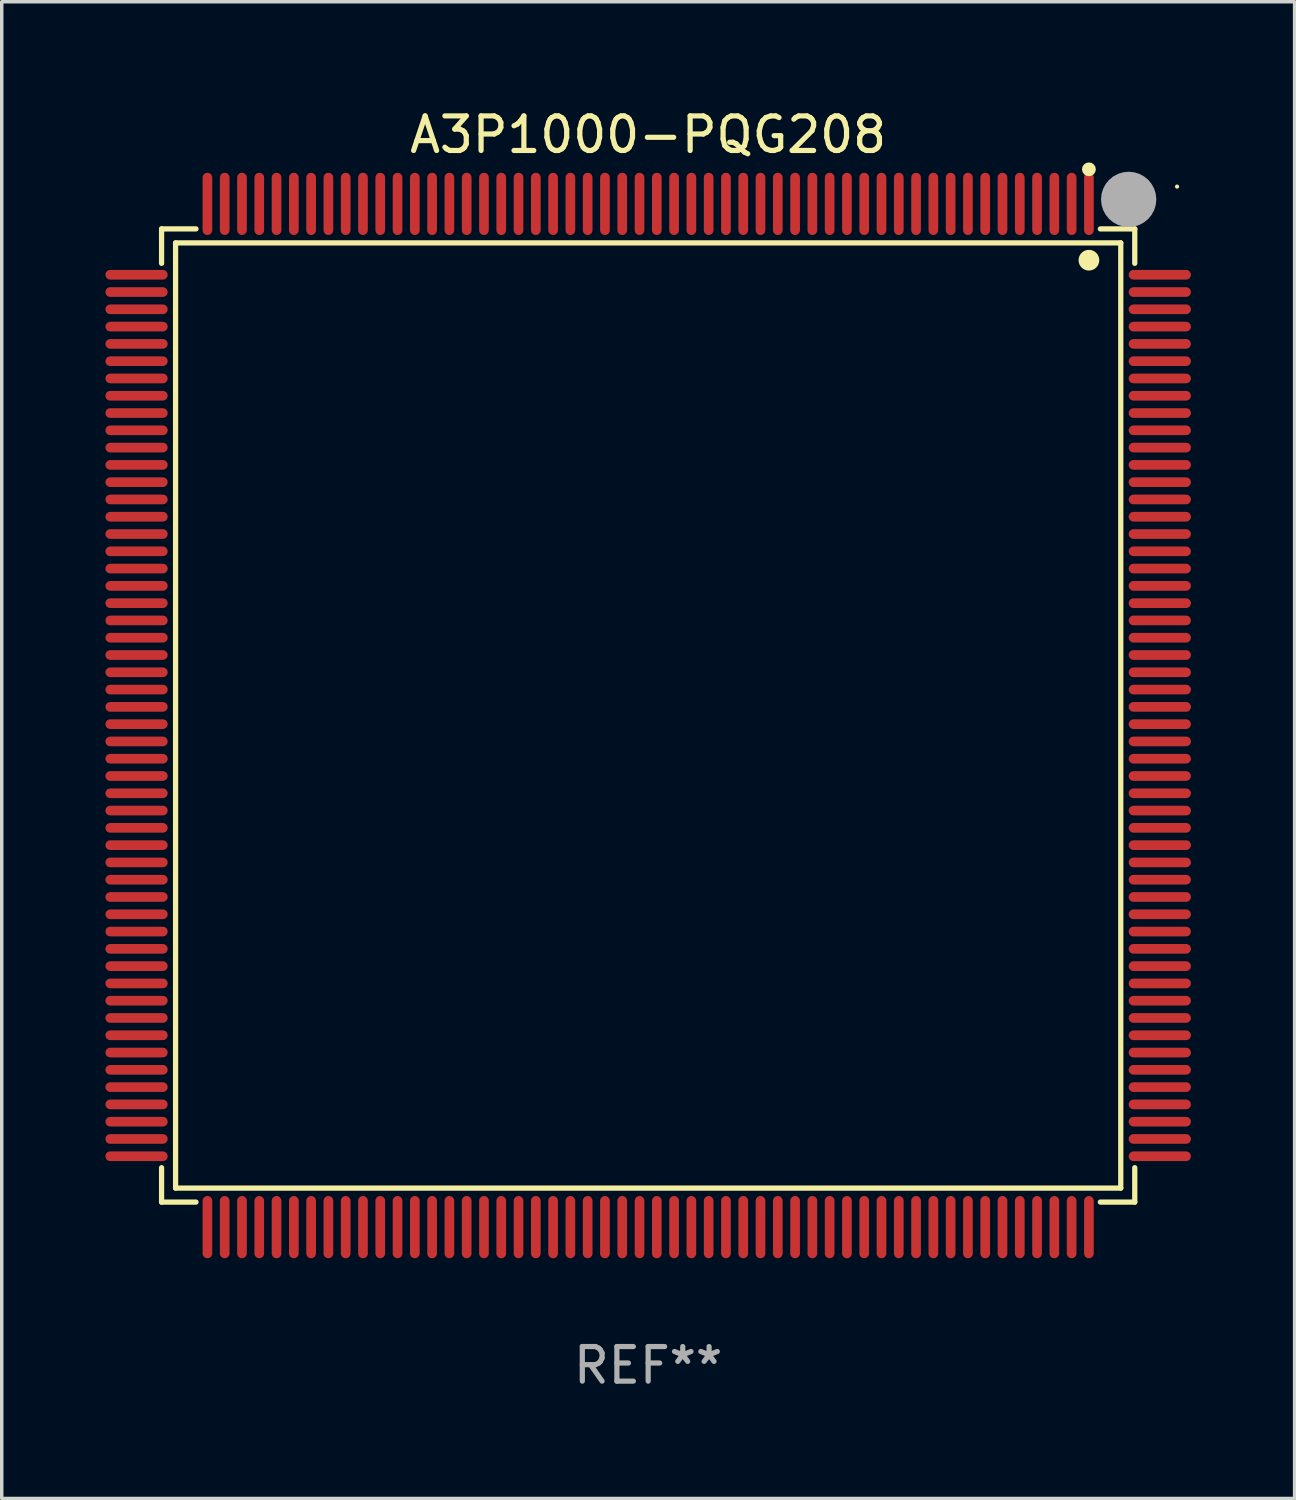
<source format=kicad_pcb>
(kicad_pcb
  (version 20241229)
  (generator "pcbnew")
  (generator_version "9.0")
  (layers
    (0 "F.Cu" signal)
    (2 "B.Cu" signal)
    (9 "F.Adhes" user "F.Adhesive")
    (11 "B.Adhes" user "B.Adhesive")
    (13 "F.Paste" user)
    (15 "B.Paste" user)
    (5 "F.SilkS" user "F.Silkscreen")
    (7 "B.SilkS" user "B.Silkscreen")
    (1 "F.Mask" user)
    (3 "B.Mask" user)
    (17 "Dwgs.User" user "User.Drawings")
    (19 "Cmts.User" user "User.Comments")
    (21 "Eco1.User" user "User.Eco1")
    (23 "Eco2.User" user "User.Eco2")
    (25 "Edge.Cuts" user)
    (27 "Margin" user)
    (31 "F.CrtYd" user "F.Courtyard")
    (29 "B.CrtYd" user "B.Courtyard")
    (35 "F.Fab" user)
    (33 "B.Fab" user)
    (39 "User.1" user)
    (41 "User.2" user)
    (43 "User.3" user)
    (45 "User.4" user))
  (footprint "A3P1000-PQG208"
    (layer "F.Cu")
    (at 15.7 17.648)
    (property "Reference" "A3P1000-PQG208" (at 0 -16.8 0) (layer "F.SilkS") (effects (font (size 1 1) (thickness 0.15))))
    (attr through_hole)
    (fp_line (start -14.076 -14.076) (end -13.08 -14.076) (stroke (width 0.152) (type solid)) (layer "F.SilkS"))
    (fp_line (start -14.076 -13.08) (end -14.076 -14.076) (stroke (width 0.152) (type solid)) (layer "F.SilkS"))
    (fp_line (start -14.076 13.081) (end -14.076 14.076) (stroke (width 0.152) (type solid)) (layer "F.SilkS"))
    (fp_line (start -14.076 14.076) (end -13.08 14.076) (stroke (width 0.152) (type solid)) (layer "F.SilkS"))
    (fp_line (start -13.671 -13.671) (end 13.671 -13.671) (stroke (width 0.152) (type solid)) (layer "F.SilkS"))
    (fp_line (start -13.671 13.671) (end -13.671 -13.671) (stroke (width 0.152) (type solid)) (layer "F.SilkS"))
    (fp_line (start 13.671 -13.671) (end 13.671 13.671) (stroke (width 0.152) (type solid)) (layer "F.SilkS"))
    (fp_line (start 13.671 13.671) (end -13.671 13.671) (stroke (width 0.152) (type solid)) (layer "F.SilkS"))
    (fp_line (start 14.076 -14.076) (end 13.081 -14.076) (stroke (width 0.152) (type solid)) (layer "F.SilkS"))
    (fp_line (start 14.076 -13.08) (end 14.076 -14.076) (stroke (width 0.152) (type solid)) (layer "F.SilkS"))
    (fp_line (start 14.076 13.081) (end 14.076 14.076) (stroke (width 0.152) (type solid)) (layer "F.SilkS"))
    (fp_line (start 14.076 14.076) (end 13.081 14.076) (stroke (width 0.152) (type solid)) (layer "F.SilkS"))
    (fp_circle (center 12.75 -15.8) (end 12.85 -15.8) (stroke (width 0.2) (type solid)) (fill no) (layer "F.SilkS"))
    (fp_circle (center 12.75 -13.171) (end 12.9 -13.171) (stroke (width 0.3) (type solid)) (fill no) (layer "F.SilkS"))
    (fp_circle (center 15.3 -15.3) (end 15.33 -15.3) (stroke (width 0.06) (type solid)) (fill no) (layer "F.SilkS"))
    (fp_circle (center 13.9 -14.93) (end 14.3 -14.93) (stroke (width 0.8) (type solid)) (fill no) (layer "F.Fab"))
    (fp_text user "REF**" (at 0 18.8 0) (layer "F.Fab") (effects (font (size 1 1) (thickness 0.15))))
    (pad "1" smd oval (at 12.75 -14.8) (size 0.28 1.8) (layers "F.Cu" "F.Mask" "F.Paste"))
    (pad "2" smd oval (at 12.25 -14.8) (size 0.28 1.8) (layers "F.Cu" "F.Mask" "F.Paste"))
    (pad "3" smd oval (at 11.75 -14.8) (size 0.28 1.8) (layers "F.Cu" "F.Mask" "F.Paste"))
    (pad "4" smd oval (at 11.25 -14.8) (size 0.28 1.8) (layers "F.Cu" "F.Mask" "F.Paste"))
    (pad "5" smd oval (at 10.75 -14.8) (size 0.28 1.8) (layers "F.Cu" "F.Mask" "F.Paste"))
    (pad "6" smd oval (at 10.25 -14.8) (size 0.28 1.8) (layers "F.Cu" "F.Mask" "F.Paste"))
    (pad "7" smd oval (at 9.75 -14.8) (size 0.28 1.8) (layers "F.Cu" "F.Mask" "F.Paste"))
    (pad "8" smd oval (at 9.25 -14.8) (size 0.28 1.8) (layers "F.Cu" "F.Mask" "F.Paste"))
    (pad "9" smd oval (at 8.75 -14.8) (size 0.28 1.8) (layers "F.Cu" "F.Mask" "F.Paste"))
    (pad "10" smd oval (at 8.25 -14.8) (size 0.28 1.8) (layers "F.Cu" "F.Mask" "F.Paste"))
    (pad "11" smd oval (at 7.75 -14.8) (size 0.28 1.8) (layers "F.Cu" "F.Mask" "F.Paste"))
    (pad "12" smd oval (at 7.25 -14.8) (size 0.28 1.8) (layers "F.Cu" "F.Mask" "F.Paste"))
    (pad "13" smd oval (at 6.75 -14.8) (size 0.28 1.8) (layers "F.Cu" "F.Mask" "F.Paste"))
    (pad "14" smd oval (at 6.25 -14.8) (size 0.28 1.8) (layers "F.Cu" "F.Mask" "F.Paste"))
    (pad "15" smd oval (at 5.75 -14.8) (size 0.28 1.8) (layers "F.Cu" "F.Mask" "F.Paste"))
    (pad "16" smd oval (at 5.25 -14.8) (size 0.28 1.8) (layers "F.Cu" "F.Mask" "F.Paste"))
    (pad "17" smd oval (at 4.75 -14.8) (size 0.28 1.8) (layers "F.Cu" "F.Mask" "F.Paste"))
    (pad "18" smd oval (at 4.25 -14.8) (size 0.28 1.8) (layers "F.Cu" "F.Mask" "F.Paste"))
    (pad "19" smd oval (at 3.75 -14.8) (size 0.28 1.8) (layers "F.Cu" "F.Mask" "F.Paste"))
    (pad "20" smd oval (at 3.25 -14.8) (size 0.28 1.8) (layers "F.Cu" "F.Mask" "F.Paste"))
    (pad "21" smd oval (at 2.75 -14.8) (size 0.28 1.8) (layers "F.Cu" "F.Mask" "F.Paste"))
    (pad "22" smd oval (at 2.25 -14.8) (size 0.28 1.8) (layers "F.Cu" "F.Mask" "F.Paste"))
    (pad "23" smd oval (at 1.75 -14.8) (size 0.28 1.8) (layers "F.Cu" "F.Mask" "F.Paste"))
    (pad "24" smd oval (at 1.25 -14.8) (size 0.28 1.8) (layers "F.Cu" "F.Mask" "F.Paste"))
    (pad "25" smd oval (at 0.75 -14.8) (size 0.28 1.8) (layers "F.Cu" "F.Mask" "F.Paste"))
    (pad "26" smd oval (at 0.25 -14.8) (size 0.28 1.8) (layers "F.Cu" "F.Mask" "F.Paste"))
    (pad "27" smd oval (at -0.25 -14.8) (size 0.28 1.8) (layers "F.Cu" "F.Mask" "F.Paste"))
    (pad "28" smd oval (at -0.75 -14.8) (size 0.28 1.8) (layers "F.Cu" "F.Mask" "F.Paste"))
    (pad "29" smd oval (at -1.25 -14.8) (size 0.28 1.8) (layers "F.Cu" "F.Mask" "F.Paste"))
    (pad "30" smd oval (at -1.75 -14.8) (size 0.28 1.8) (layers "F.Cu" "F.Mask" "F.Paste"))
    (pad "31" smd oval (at -2.25 -14.8) (size 0.28 1.8) (layers "F.Cu" "F.Mask" "F.Paste"))
    (pad "32" smd oval (at -2.75 -14.8) (size 0.28 1.8) (layers "F.Cu" "F.Mask" "F.Paste"))
    (pad "33" smd oval (at -3.25 -14.8) (size 0.28 1.8) (layers "F.Cu" "F.Mask" "F.Paste"))
    (pad "34" smd oval (at -3.75 -14.8) (size 0.28 1.8) (layers "F.Cu" "F.Mask" "F.Paste"))
    (pad "35" smd oval (at -4.25 -14.8) (size 0.28 1.8) (layers "F.Cu" "F.Mask" "F.Paste"))
    (pad "36" smd oval (at -4.75 -14.8) (size 0.28 1.8) (layers "F.Cu" "F.Mask" "F.Paste"))
    (pad "37" smd oval (at -5.25 -14.8) (size 0.28 1.8) (layers "F.Cu" "F.Mask" "F.Paste"))
    (pad "38" smd oval (at -5.75 -14.8) (size 0.28 1.8) (layers "F.Cu" "F.Mask" "F.Paste"))
    (pad "39" smd oval (at -6.25 -14.8) (size 0.28 1.8) (layers "F.Cu" "F.Mask" "F.Paste"))
    (pad "40" smd oval (at -6.75 -14.8) (size 0.28 1.8) (layers "F.Cu" "F.Mask" "F.Paste"))
    (pad "41" smd oval (at -7.25 -14.8) (size 0.28 1.8) (layers "F.Cu" "F.Mask" "F.Paste"))
    (pad "42" smd oval (at -7.75 -14.8) (size 0.28 1.8) (layers "F.Cu" "F.Mask" "F.Paste"))
    (pad "43" smd oval (at -8.25 -14.8) (size 0.28 1.8) (layers "F.Cu" "F.Mask" "F.Paste"))
    (pad "44" smd oval (at -8.75 -14.8) (size 0.28 1.8) (layers "F.Cu" "F.Mask" "F.Paste"))
    (pad "45" smd oval (at -9.25 -14.8) (size 0.28 1.8) (layers "F.Cu" "F.Mask" "F.Paste"))
    (pad "46" smd oval (at -9.75 -14.8) (size 0.28 1.8) (layers "F.Cu" "F.Mask" "F.Paste"))
    (pad "47" smd oval (at -10.25 -14.8) (size 0.28 1.8) (layers "F.Cu" "F.Mask" "F.Paste"))
    (pad "48" smd oval (at -10.75 -14.8) (size 0.28 1.8) (layers "F.Cu" "F.Mask" "F.Paste"))
    (pad "49" smd oval (at -11.25 -14.8) (size 0.28 1.8) (layers "F.Cu" "F.Mask" "F.Paste"))
    (pad "50" smd oval (at -11.75 -14.8) (size 0.28 1.8) (layers "F.Cu" "F.Mask" "F.Paste"))
    (pad "51" smd oval (at -12.25 -14.8) (size 0.28 1.8) (layers "F.Cu" "F.Mask" "F.Paste"))
    (pad "52" smd oval (at -12.75 -14.8) (size 0.28 1.8) (layers "F.Cu" "F.Mask" "F.Paste"))
    (pad "53" smd oval (at -14.8 -12.75) (size 1.8 0.28) (layers "F.Cu" "F.Mask" "F.Paste"))
    (pad "54" smd oval (at -14.8 -12.25) (size 1.8 0.28) (layers "F.Cu" "F.Mask" "F.Paste"))
    (pad "55" smd oval (at -14.8 -11.75) (size 1.8 0.28) (layers "F.Cu" "F.Mask" "F.Paste"))
    (pad "56" smd oval (at -14.8 -11.25) (size 1.8 0.28) (layers "F.Cu" "F.Mask" "F.Paste"))
    (pad "57" smd oval (at -14.8 -10.75) (size 1.8 0.28) (layers "F.Cu" "F.Mask" "F.Paste"))
    (pad "58" smd oval (at -14.8 -10.25) (size 1.8 0.28) (layers "F.Cu" "F.Mask" "F.Paste"))
    (pad "59" smd oval (at -14.8 -9.75) (size 1.8 0.28) (layers "F.Cu" "F.Mask" "F.Paste"))
    (pad "60" smd oval (at -14.8 -9.25) (size 1.8 0.28) (layers "F.Cu" "F.Mask" "F.Paste"))
    (pad "61" smd oval (at -14.8 -8.75) (size 1.8 0.28) (layers "F.Cu" "F.Mask" "F.Paste"))
    (pad "62" smd oval (at -14.8 -8.25) (size 1.8 0.28) (layers "F.Cu" "F.Mask" "F.Paste"))
    (pad "63" smd oval (at -14.8 -7.75) (size 1.8 0.28) (layers "F.Cu" "F.Mask" "F.Paste"))
    (pad "64" smd oval (at -14.8 -7.25) (size 1.8 0.28) (layers "F.Cu" "F.Mask" "F.Paste"))
    (pad "65" smd oval (at -14.8 -6.75) (size 1.8 0.28) (layers "F.Cu" "F.Mask" "F.Paste"))
    (pad "66" smd oval (at -14.8 -6.25) (size 1.8 0.28) (layers "F.Cu" "F.Mask" "F.Paste"))
    (pad "67" smd oval (at -14.8 -5.75) (size 1.8 0.28) (layers "F.Cu" "F.Mask" "F.Paste"))
    (pad "68" smd oval (at -14.8 -5.25) (size 1.8 0.28) (layers "F.Cu" "F.Mask" "F.Paste"))
    (pad "69" smd oval (at -14.8 -4.75) (size 1.8 0.28) (layers "F.Cu" "F.Mask" "F.Paste"))
    (pad "70" smd oval (at -14.8 -4.25) (size 1.8 0.28) (layers "F.Cu" "F.Mask" "F.Paste"))
    (pad "71" smd oval (at -14.8 -3.75) (size 1.8 0.28) (layers "F.Cu" "F.Mask" "F.Paste"))
    (pad "72" smd oval (at -14.8 -3.25) (size 1.8 0.28) (layers "F.Cu" "F.Mask" "F.Paste"))
    (pad "73" smd oval (at -14.8 -2.75) (size 1.8 0.28) (layers "F.Cu" "F.Mask" "F.Paste"))
    (pad "74" smd oval (at -14.8 -2.25) (size 1.8 0.28) (layers "F.Cu" "F.Mask" "F.Paste"))
    (pad "75" smd oval (at -14.8 -1.75) (size 1.8 0.28) (layers "F.Cu" "F.Mask" "F.Paste"))
    (pad "76" smd oval (at -14.8 -1.25) (size 1.8 0.28) (layers "F.Cu" "F.Mask" "F.Paste"))
    (pad "77" smd oval (at -14.8 -0.75) (size 1.8 0.28) (layers "F.Cu" "F.Mask" "F.Paste"))
    (pad "78" smd oval (at -14.8 -0.25) (size 1.8 0.28) (layers "F.Cu" "F.Mask" "F.Paste"))
    (pad "79" smd oval (at -14.8 0.25) (size 1.8 0.28) (layers "F.Cu" "F.Mask" "F.Paste"))
    (pad "80" smd oval (at -14.8 0.75) (size 1.8 0.28) (layers "F.Cu" "F.Mask" "F.Paste"))
    (pad "81" smd oval (at -14.8 1.25) (size 1.8 0.28) (layers "F.Cu" "F.Mask" "F.Paste"))
    (pad "82" smd oval (at -14.8 1.75) (size 1.8 0.28) (layers "F.Cu" "F.Mask" "F.Paste"))
    (pad "83" smd oval (at -14.8 2.25) (size 1.8 0.28) (layers "F.Cu" "F.Mask" "F.Paste"))
    (pad "84" smd oval (at -14.8 2.75) (size 1.8 0.28) (layers "F.Cu" "F.Mask" "F.Paste"))
    (pad "85" smd oval (at -14.8 3.25) (size 1.8 0.28) (layers "F.Cu" "F.Mask" "F.Paste"))
    (pad "86" smd oval (at -14.8 3.75) (size 1.8 0.28) (layers "F.Cu" "F.Mask" "F.Paste"))
    (pad "87" smd oval (at -14.8 4.25) (size 1.8 0.28) (layers "F.Cu" "F.Mask" "F.Paste"))
    (pad "88" smd oval (at -14.8 4.75) (size 1.8 0.28) (layers "F.Cu" "F.Mask" "F.Paste"))
    (pad "89" smd oval (at -14.8 5.25) (size 1.8 0.28) (layers "F.Cu" "F.Mask" "F.Paste"))
    (pad "90" smd oval (at -14.8 5.75) (size 1.8 0.28) (layers "F.Cu" "F.Mask" "F.Paste"))
    (pad "91" smd oval (at -14.8 6.25) (size 1.8 0.28) (layers "F.Cu" "F.Mask" "F.Paste"))
    (pad "92" smd oval (at -14.8 6.75) (size 1.8 0.28) (layers "F.Cu" "F.Mask" "F.Paste"))
    (pad "93" smd oval (at -14.8 7.25) (size 1.8 0.28) (layers "F.Cu" "F.Mask" "F.Paste"))
    (pad "94" smd oval (at -14.8 7.75) (size 1.8 0.28) (layers "F.Cu" "F.Mask" "F.Paste"))
    (pad "95" smd oval (at -14.8 8.25) (size 1.8 0.28) (layers "F.Cu" "F.Mask" "F.Paste"))
    (pad "96" smd oval (at -14.8 8.75) (size 1.8 0.28) (layers "F.Cu" "F.Mask" "F.Paste"))
    (pad "97" smd oval (at -14.8 9.25) (size 1.8 0.28) (layers "F.Cu" "F.Mask" "F.Paste"))
    (pad "98" smd oval (at -14.8 9.75) (size 1.8 0.28) (layers "F.Cu" "F.Mask" "F.Paste"))
    (pad "99" smd oval (at -14.8 10.25) (size 1.8 0.28) (layers "F.Cu" "F.Mask" "F.Paste"))
    (pad "100" smd oval (at -14.8 10.75) (size 1.8 0.28) (layers "F.Cu" "F.Mask" "F.Paste"))
    (pad "101" smd oval (at -14.8 11.25) (size 1.8 0.28) (layers "F.Cu" "F.Mask" "F.Paste"))
    (pad "102" smd oval (at -14.8 11.75) (size 1.8 0.28) (layers "F.Cu" "F.Mask" "F.Paste"))
    (pad "103" smd oval (at -14.8 12.25) (size 1.8 0.28) (layers "F.Cu" "F.Mask" "F.Paste"))
    (pad "104" smd oval (at -14.8 12.75) (size 1.8 0.28) (layers "F.Cu" "F.Mask" "F.Paste"))
    (pad "105" smd oval (at -12.75 14.8) (size 0.28 1.8) (layers "F.Cu" "F.Mask" "F.Paste"))
    (pad "106" smd oval (at -12.25 14.8) (size 0.28 1.8) (layers "F.Cu" "F.Mask" "F.Paste"))
    (pad "107" smd oval (at -11.75 14.8) (size 0.28 1.8) (layers "F.Cu" "F.Mask" "F.Paste"))
    (pad "108" smd oval (at -11.25 14.8) (size 0.28 1.8) (layers "F.Cu" "F.Mask" "F.Paste"))
    (pad "109" smd oval (at -10.75 14.8) (size 0.28 1.8) (layers "F.Cu" "F.Mask" "F.Paste"))
    (pad "110" smd oval (at -10.25 14.8) (size 0.28 1.8) (layers "F.Cu" "F.Mask" "F.Paste"))
    (pad "111" smd oval (at -9.75 14.8) (size 0.28 1.8) (layers "F.Cu" "F.Mask" "F.Paste"))
    (pad "112" smd oval (at -9.25 14.8) (size 0.28 1.8) (layers "F.Cu" "F.Mask" "F.Paste"))
    (pad "113" smd oval (at -8.75 14.8) (size 0.28 1.8) (layers "F.Cu" "F.Mask" "F.Paste"))
    (pad "114" smd oval (at -8.25 14.8) (size 0.28 1.8) (layers "F.Cu" "F.Mask" "F.Paste"))
    (pad "115" smd oval (at -7.75 14.8) (size 0.28 1.8) (layers "F.Cu" "F.Mask" "F.Paste"))
    (pad "116" smd oval (at -7.25 14.8) (size 0.28 1.8) (layers "F.Cu" "F.Mask" "F.Paste"))
    (pad "117" smd oval (at -6.75 14.8) (size 0.28 1.8) (layers "F.Cu" "F.Mask" "F.Paste"))
    (pad "118" smd oval (at -6.25 14.8) (size 0.28 1.8) (layers "F.Cu" "F.Mask" "F.Paste"))
    (pad "119" smd oval (at -5.75 14.8) (size 0.28 1.8) (layers "F.Cu" "F.Mask" "F.Paste"))
    (pad "120" smd oval (at -5.25 14.8) (size 0.28 1.8) (layers "F.Cu" "F.Mask" "F.Paste"))
    (pad "121" smd oval (at -4.75 14.8) (size 0.28 1.8) (layers "F.Cu" "F.Mask" "F.Paste"))
    (pad "122" smd oval (at -4.25 14.8) (size 0.28 1.8) (layers "F.Cu" "F.Mask" "F.Paste"))
    (pad "123" smd oval (at -3.75 14.8) (size 0.28 1.8) (layers "F.Cu" "F.Mask" "F.Paste"))
    (pad "124" smd oval (at -3.25 14.8) (size 0.28 1.8) (layers "F.Cu" "F.Mask" "F.Paste"))
    (pad "125" smd oval (at -2.75 14.8) (size 0.28 1.8) (layers "F.Cu" "F.Mask" "F.Paste"))
    (pad "126" smd oval (at -2.25 14.8) (size 0.28 1.8) (layers "F.Cu" "F.Mask" "F.Paste"))
    (pad "127" smd oval (at -1.75 14.8) (size 0.28 1.8) (layers "F.Cu" "F.Mask" "F.Paste"))
    (pad "128" smd oval (at -1.25 14.8) (size 0.28 1.8) (layers "F.Cu" "F.Mask" "F.Paste"))
    (pad "129" smd oval (at -0.75 14.8) (size 0.28 1.8) (layers "F.Cu" "F.Mask" "F.Paste"))
    (pad "130" smd oval (at -0.25 14.8) (size 0.28 1.8) (layers "F.Cu" "F.Mask" "F.Paste"))
    (pad "131" smd oval (at 0.25 14.8) (size 0.28 1.8) (layers "F.Cu" "F.Mask" "F.Paste"))
    (pad "132" smd oval (at 0.75 14.8) (size 0.28 1.8) (layers "F.Cu" "F.Mask" "F.Paste"))
    (pad "133" smd oval (at 1.25 14.8) (size 0.28 1.8) (layers "F.Cu" "F.Mask" "F.Paste"))
    (pad "134" smd oval (at 1.75 14.8) (size 0.28 1.8) (layers "F.Cu" "F.Mask" "F.Paste"))
    (pad "135" smd oval (at 2.25 14.8) (size 0.28 1.8) (layers "F.Cu" "F.Mask" "F.Paste"))
    (pad "136" smd oval (at 2.75 14.8) (size 0.28 1.8) (layers "F.Cu" "F.Mask" "F.Paste"))
    (pad "137" smd oval (at 3.25 14.8) (size 0.28 1.8) (layers "F.Cu" "F.Mask" "F.Paste"))
    (pad "138" smd oval (at 3.75 14.8) (size 0.28 1.8) (layers "F.Cu" "F.Mask" "F.Paste"))
    (pad "139" smd oval (at 4.25 14.8) (size 0.28 1.8) (layers "F.Cu" "F.Mask" "F.Paste"))
    (pad "140" smd oval (at 4.75 14.8) (size 0.28 1.8) (layers "F.Cu" "F.Mask" "F.Paste"))
    (pad "141" smd oval (at 5.25 14.8) (size 0.28 1.8) (layers "F.Cu" "F.Mask" "F.Paste"))
    (pad "142" smd oval (at 5.75 14.8) (size 0.28 1.8) (layers "F.Cu" "F.Mask" "F.Paste"))
    (pad "143" smd oval (at 6.25 14.8) (size 0.28 1.8) (layers "F.Cu" "F.Mask" "F.Paste"))
    (pad "144" smd oval (at 6.75 14.8) (size 0.28 1.8) (layers "F.Cu" "F.Mask" "F.Paste"))
    (pad "145" smd oval (at 7.25 14.8) (size 0.28 1.8) (layers "F.Cu" "F.Mask" "F.Paste"))
    (pad "146" smd oval (at 7.75 14.8) (size 0.28 1.8) (layers "F.Cu" "F.Mask" "F.Paste"))
    (pad "147" smd oval (at 8.25 14.8) (size 0.28 1.8) (layers "F.Cu" "F.Mask" "F.Paste"))
    (pad "148" smd oval (at 8.75 14.8) (size 0.28 1.8) (layers "F.Cu" "F.Mask" "F.Paste"))
    (pad "149" smd oval (at 9.25 14.8) (size 0.28 1.8) (layers "F.Cu" "F.Mask" "F.Paste"))
    (pad "150" smd oval (at 9.75 14.8) (size 0.28 1.8) (layers "F.Cu" "F.Mask" "F.Paste"))
    (pad "151" smd oval (at 10.25 14.8) (size 0.28 1.8) (layers "F.Cu" "F.Mask" "F.Paste"))
    (pad "152" smd oval (at 10.75 14.8) (size 0.28 1.8) (layers "F.Cu" "F.Mask" "F.Paste"))
    (pad "153" smd oval (at 11.25 14.8) (size 0.28 1.8) (layers "F.Cu" "F.Mask" "F.Paste"))
    (pad "154" smd oval (at 11.75 14.8) (size 0.28 1.8) (layers "F.Cu" "F.Mask" "F.Paste"))
    (pad "155" smd oval (at 12.25 14.8) (size 0.28 1.8) (layers "F.Cu" "F.Mask" "F.Paste"))
    (pad "156" smd oval (at 12.75 14.8) (size 0.28 1.8) (layers "F.Cu" "F.Mask" "F.Paste"))
    (pad "157" smd oval (at 14.8 12.75) (size 1.8 0.28) (layers "F.Cu" "F.Mask" "F.Paste"))
    (pad "158" smd oval (at 14.8 12.25) (size 1.8 0.28) (layers "F.Cu" "F.Mask" "F.Paste"))
    (pad "159" smd oval (at 14.8 11.75) (size 1.8 0.28) (layers "F.Cu" "F.Mask" "F.Paste"))
    (pad "160" smd oval (at 14.8 11.25) (size 1.8 0.28) (layers "F.Cu" "F.Mask" "F.Paste"))
    (pad "161" smd oval (at 14.8 10.75) (size 1.8 0.28) (layers "F.Cu" "F.Mask" "F.Paste"))
    (pad "162" smd oval (at 14.8 10.25) (size 1.8 0.28) (layers "F.Cu" "F.Mask" "F.Paste"))
    (pad "163" smd oval (at 14.8 9.75) (size 1.8 0.28) (layers "F.Cu" "F.Mask" "F.Paste"))
    (pad "164" smd oval (at 14.8 9.25) (size 1.8 0.28) (layers "F.Cu" "F.Mask" "F.Paste"))
    (pad "165" smd oval (at 14.8 8.75) (size 1.8 0.28) (layers "F.Cu" "F.Mask" "F.Paste"))
    (pad "166" smd oval (at 14.8 8.25) (size 1.8 0.28) (layers "F.Cu" "F.Mask" "F.Paste"))
    (pad "167" smd oval (at 14.8 7.75) (size 1.8 0.28) (layers "F.Cu" "F.Mask" "F.Paste"))
    (pad "168" smd oval (at 14.8 7.25) (size 1.8 0.28) (layers "F.Cu" "F.Mask" "F.Paste"))
    (pad "169" smd oval (at 14.8 6.75) (size 1.8 0.28) (layers "F.Cu" "F.Mask" "F.Paste"))
    (pad "170" smd oval (at 14.8 6.25) (size 1.8 0.28) (layers "F.Cu" "F.Mask" "F.Paste"))
    (pad "171" smd oval (at 14.8 5.75) (size 1.8 0.28) (layers "F.Cu" "F.Mask" "F.Paste"))
    (pad "172" smd oval (at 14.8 5.25) (size 1.8 0.28) (layers "F.Cu" "F.Mask" "F.Paste"))
    (pad "173" smd oval (at 14.8 4.75) (size 1.8 0.28) (layers "F.Cu" "F.Mask" "F.Paste"))
    (pad "174" smd oval (at 14.8 4.25) (size 1.8 0.28) (layers "F.Cu" "F.Mask" "F.Paste"))
    (pad "175" smd oval (at 14.8 3.75) (size 1.8 0.28) (layers "F.Cu" "F.Mask" "F.Paste"))
    (pad "176" smd oval (at 14.8 3.25) (size 1.8 0.28) (layers "F.Cu" "F.Mask" "F.Paste"))
    (pad "177" smd oval (at 14.8 2.75) (size 1.8 0.28) (layers "F.Cu" "F.Mask" "F.Paste"))
    (pad "178" smd oval (at 14.8 2.25) (size 1.8 0.28) (layers "F.Cu" "F.Mask" "F.Paste"))
    (pad "179" smd oval (at 14.8 1.75) (size 1.8 0.28) (layers "F.Cu" "F.Mask" "F.Paste"))
    (pad "180" smd oval (at 14.8 1.25) (size 1.8 0.28) (layers "F.Cu" "F.Mask" "F.Paste"))
    (pad "181" smd oval (at 14.8 0.75) (size 1.8 0.28) (layers "F.Cu" "F.Mask" "F.Paste"))
    (pad "182" smd oval (at 14.8 0.25) (size 1.8 0.28) (layers "F.Cu" "F.Mask" "F.Paste"))
    (pad "183" smd oval (at 14.8 -0.25) (size 1.8 0.28) (layers "F.Cu" "F.Mask" "F.Paste"))
    (pad "184" smd oval (at 14.8 -0.75) (size 1.8 0.28) (layers "F.Cu" "F.Mask" "F.Paste"))
    (pad "185" smd oval (at 14.8 -1.25) (size 1.8 0.28) (layers "F.Cu" "F.Mask" "F.Paste"))
    (pad "186" smd oval (at 14.8 -1.75) (size 1.8 0.28) (layers "F.Cu" "F.Mask" "F.Paste"))
    (pad "187" smd oval (at 14.8 -2.25) (size 1.8 0.28) (layers "F.Cu" "F.Mask" "F.Paste"))
    (pad "188" smd oval (at 14.8 -2.75) (size 1.8 0.28) (layers "F.Cu" "F.Mask" "F.Paste"))
    (pad "189" smd oval (at 14.8 -3.25) (size 1.8 0.28) (layers "F.Cu" "F.Mask" "F.Paste"))
    (pad "190" smd oval (at 14.8 -3.75) (size 1.8 0.28) (layers "F.Cu" "F.Mask" "F.Paste"))
    (pad "191" smd oval (at 14.8 -4.25) (size 1.8 0.28) (layers "F.Cu" "F.Mask" "F.Paste"))
    (pad "192" smd oval (at 14.8 -4.75) (size 1.8 0.28) (layers "F.Cu" "F.Mask" "F.Paste"))
    (pad "193" smd oval (at 14.8 -5.25) (size 1.8 0.28) (layers "F.Cu" "F.Mask" "F.Paste"))
    (pad "194" smd oval (at 14.8 -5.75) (size 1.8 0.28) (layers "F.Cu" "F.Mask" "F.Paste"))
    (pad "195" smd oval (at 14.8 -6.25) (size 1.8 0.28) (layers "F.Cu" "F.Mask" "F.Paste"))
    (pad "196" smd oval (at 14.8 -6.75) (size 1.8 0.28) (layers "F.Cu" "F.Mask" "F.Paste"))
    (pad "197" smd oval (at 14.8 -7.25) (size 1.8 0.28) (layers "F.Cu" "F.Mask" "F.Paste"))
    (pad "198" smd oval (at 14.8 -7.75) (size 1.8 0.28) (layers "F.Cu" "F.Mask" "F.Paste"))
    (pad "199" smd oval (at 14.8 -8.25) (size 1.8 0.28) (layers "F.Cu" "F.Mask" "F.Paste"))
    (pad "200" smd oval (at 14.8 -8.75) (size 1.8 0.28) (layers "F.Cu" "F.Mask" "F.Paste"))
    (pad "201" smd oval (at 14.8 -9.25) (size 1.8 0.28) (layers "F.Cu" "F.Mask" "F.Paste"))
    (pad "202" smd oval (at 14.8 -9.75) (size 1.8 0.28) (layers "F.Cu" "F.Mask" "F.Paste"))
    (pad "203" smd oval (at 14.8 -10.25) (size 1.8 0.28) (layers "F.Cu" "F.Mask" "F.Paste"))
    (pad "204" smd oval (at 14.8 -10.75) (size 1.8 0.28) (layers "F.Cu" "F.Mask" "F.Paste"))
    (pad "205" smd oval (at 14.8 -11.25) (size 1.8 0.28) (layers "F.Cu" "F.Mask" "F.Paste"))
    (pad "206" smd oval (at 14.8 -11.75) (size 1.8 0.28) (layers "F.Cu" "F.Mask" "F.Paste"))
    (pad "207" smd oval (at 14.8 -12.25) (size 1.8 0.28) (layers "F.Cu" "F.Mask" "F.Paste"))
    (pad "208" smd oval (at 14.8 -12.75) (size 1.8 0.28) (layers "F.Cu" "F.Mask" "F.Paste")))
  (gr_rect
    (start -3 -3)
    (end 34.4 40.297)
    (stroke (width 0.1) (type default))
    (fill no)
    (layer "Edge.Cuts")))
</source>
